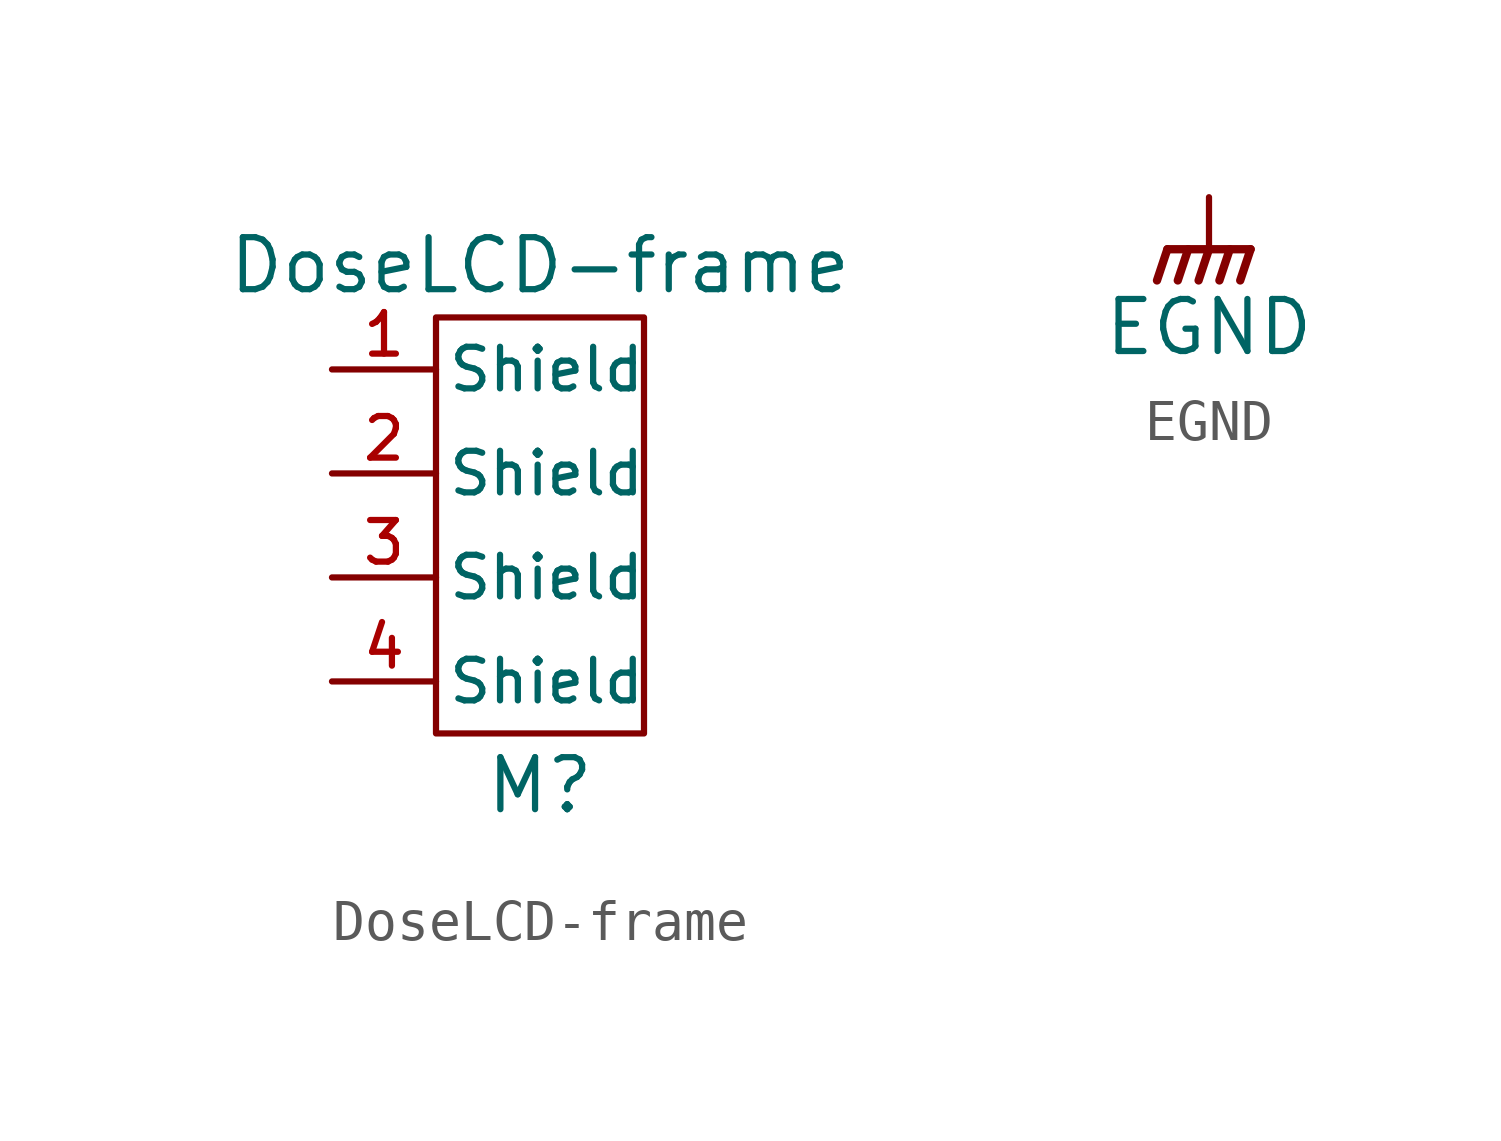
<source format=kicad_sym>
(kicad_symbol_lib
  (version 20211014)
  (generator kicad_symbol_editor)
  (symbol "DoseLCD-frame"
    (pin_names
      (offset 0.254))
    (property "Reference" "M"
      (at 1.27 -8.89 0)
      (effects (font (size 1.27 1.27))))
    (property "Value" "DoseLCD-frame"
      (at 1.27 3.81 0)
      (effects (font (size 1.27 1.27))))
    (symbol "DoseLCD-frame_0_1"
      (rectangle (start -1.27 2.54) (end 3.81 -7.62) (stroke (width 0) (type default) (color 0 0 0 0)) (fill (type none))))
    (symbol "DoseLCD-frame_1_1"
      (pin passive line (at -3.81 1.27 0) (length 2.54) (name "Shield" (effects (font (size 1.016 1.016)))) (number "1" (effects (font (size 1.016 1.016)))))
      (pin passive line (at -3.81 -1.27 0) (length 2.54) (name "Shield" (effects (font (size 1.016 1.016)))) (number "2" (effects (font (size 1.016 1.016)))))
      (pin passive line (at -3.81 -3.81 0) (length 2.54) (name "Shield" (effects (font (size 1.016 1.016)))) (number "3" (effects (font (size 1.016 1.016)))))
      (pin passive line (at -3.81 -6.35 0) (length 2.54) (name "Shield" (effects (font (size 1.016 1.016)))) (number "4" (effects (font (size 1.016 1.016)))))))
  (symbol "EGND"
    (power)
    (pin_names
      (offset 0))
    (property "Reference" "#PWR"
      (at 0 -5.08 0)
      (effects (font (size 1.27 1.27)) hide))
    (property "Value" "EGND"
      (at 0 -3.175 0)
      (effects (font (size 1.27 1.27))))
    (symbol "EGND_0_1"
      (polyline (pts (xy 0 -1.27) (xy 0 0)) (stroke (width 0) (type default) (color 0 0 0 0)) (fill (type none)))
      (polyline (pts (xy -1.016 -1.27) (xy -1.27 -2.032) (xy -1.27 -2.032)) (stroke (width 0.203) (type default) (color 0 0 0 0)) (fill (type none)))
      (polyline (pts (xy -0.508 -1.27) (xy -0.762 -2.032) (xy -0.762 -2.032)) (stroke (width 0.203) (type default) (color 0 0 0 0)) (fill (type none)))
      (polyline (pts (xy 0 -1.27) (xy -0.254 -2.032) (xy -0.254 -2.032)) (stroke (width 0.203) (type default) (color 0 0 0 0)) (fill (type none)))
      (polyline (pts (xy 0.508 -1.27) (xy 0.254 -2.032) (xy 0.254 -2.032)) (stroke (width 0.203) (type default) (color 0 0 0 0)) (fill (type none)))
      (polyline (pts (xy 1.016 -1.27) (xy -1.016 -1.27) (xy -1.016 -1.27)) (stroke (width 0.203) (type default) (color 0 0 0 0)) (fill (type none)))
      (polyline (pts (xy 1.016 -1.27) (xy 0.762 -2.032) (xy 0.762 -2.032) (xy 0.762 -2.032)) (stroke (width 0.203) (type default) (color 0 0 0 0)) (fill (type none))))
    (symbol "EGND_1_1"
      (pin power_in line (at 0 0 270) (length 0) hide (name "GNDPWR" (effects (font (size 1.27 1.27)))) (number "1" (effects (font (size 1.27 1.27))))))))
</source>
